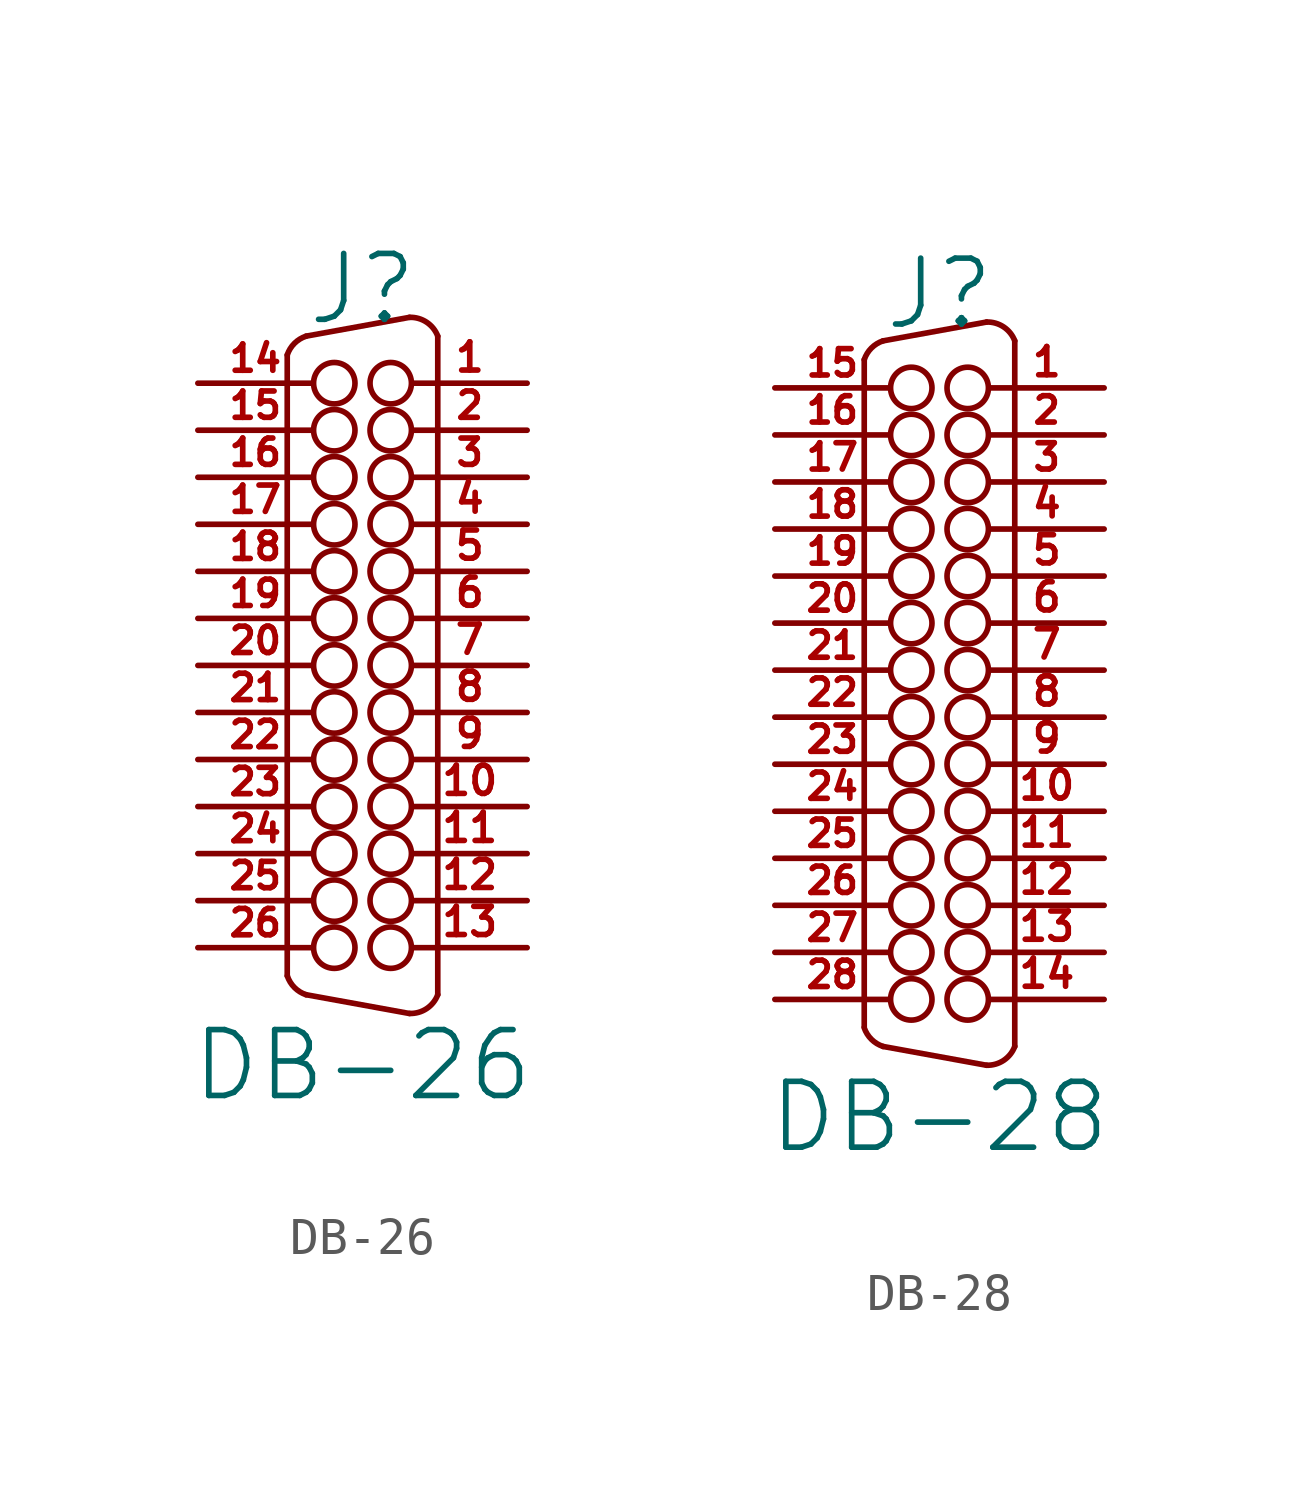
<source format=kicad_sym>
(kicad_symbol_lib
  (version 20220914)
  (generator kicad_symbol_editor)
  (symbol "DB-26"
    (pin_names
      (offset 1.016) hide)
    (property "Reference" "J"
      (at 0 10.16 0)
      (effects (font (size 1.778 1.778))))
    (property "Value" "DB-26"
      (at 0 -10.795 0)
      (effects (font (size 1.778 1.778))))
    (property "Footprint" ""
      (at 0 0 0)
      (effects (font (size 1.524 1.524))))
    (property "Datasheet" ""
      (at 0 0 0)
      (effects (font (size 1.524 1.524))))
    (symbol "DB-26_0_1"
      (arc (start -2.032 -8.382) (mid -1.838 -8.696) (end -1.524 -8.89) (stroke (width 0) (type solid)) (fill (type none)))
      (arc (start -1.524 8.89) (mid -1.838 8.696) (end -2.032 8.382) (stroke (width 0) (type solid)) (fill (type none)))
      (circle (center -0.762 -7.62) (radius 0.559) (stroke (width 0) (type solid)) (fill (type none)))
      (circle (center -0.762 -6.35) (radius 0.559) (stroke (width 0) (type solid)) (fill (type none)))
      (circle (center -0.762 -5.08) (radius 0.559) (stroke (width 0) (type solid)) (fill (type none)))
      (circle (center -0.762 -3.81) (radius 0.559) (stroke (width 0) (type solid)) (fill (type none)))
      (circle (center -0.762 -2.54) (radius 0.559) (stroke (width 0) (type solid)) (fill (type none)))
      (circle (center -0.762 -1.27) (radius 0.559) (stroke (width 0) (type solid)) (fill (type none)))
      (circle (center -0.762 0) (radius 0.559) (stroke (width 0) (type solid)) (fill (type none)))
      (circle (center -0.762 1.27) (radius 0.559) (stroke (width 0) (type solid)) (fill (type none)))
      (circle (center -0.762 2.54) (radius 0.559) (stroke (width 0) (type solid)) (fill (type none)))
      (circle (center -0.762 3.81) (radius 0.559) (stroke (width 0) (type solid)) (fill (type none)))
      (circle (center -0.762 5.08) (radius 0.559) (stroke (width 0) (type solid)) (fill (type none)))
      (circle (center -0.762 6.35) (radius 0.559) (stroke (width 0) (type solid)) (fill (type none)))
      (circle (center -0.762 7.62) (radius 0.559) (stroke (width 0) (type solid)) (fill (type none)))
      (polyline (pts (xy -2.032 -8.382) (xy -2.032 8.382)) (stroke (width 0) (type solid)) (fill (type none)))
      (polyline (pts (xy 2.032 8.89) (xy 2.032 -8.89)) (stroke (width 0) (type solid)) (fill (type none)))
      (polyline (pts (xy -1.524 -8.89) (xy 1.27 -9.398) (xy 1.27 -9.398)) (stroke (width 0) (type solid)) (fill (type none)))
      (polyline (pts (xy -1.524 8.89) (xy 1.27 9.398) (xy 1.27 9.398)) (stroke (width 0) (type solid)) (fill (type none)))
      (circle (center 0.762 -7.62) (radius 0.559) (stroke (width 0) (type solid)) (fill (type none)))
      (circle (center 0.762 -6.35) (radius 0.559) (stroke (width 0) (type solid)) (fill (type none)))
      (circle (center 0.762 -5.08) (radius 0.559) (stroke (width 0) (type solid)) (fill (type none)))
      (circle (center 0.762 -3.81) (radius 0.559) (stroke (width 0) (type solid)) (fill (type none)))
      (circle (center 0.762 -2.54) (radius 0.559) (stroke (width 0) (type solid)) (fill (type none)))
      (circle (center 0.762 -1.27) (radius 0.559) (stroke (width 0) (type solid)) (fill (type none)))
      (circle (center 0.762 0) (radius 0.559) (stroke (width 0) (type solid)) (fill (type none)))
      (circle (center 0.762 1.27) (radius 0.559) (stroke (width 0) (type solid)) (fill (type none)))
      (circle (center 0.762 2.54) (radius 0.559) (stroke (width 0) (type solid)) (fill (type none)))
      (circle (center 0.762 3.81) (radius 0.559) (stroke (width 0) (type solid)) (fill (type none)))
      (circle (center 0.762 5.08) (radius 0.559) (stroke (width 0) (type solid)) (fill (type none)))
      (circle (center 0.762 6.35) (radius 0.559) (stroke (width 0) (type solid)) (fill (type none)))
      (circle (center 0.762 7.62) (radius 0.559) (stroke (width 0) (type solid)) (fill (type none)))
      (arc (start 1.27 -9.398) (mid 1.7324 -9.2661) (end 2.032 -8.89) (stroke (width 0) (type solid)) (fill (type none)))
      (arc (start 2.032 8.89) (mid 1.7324 9.2661) (end 1.27 9.398) (stroke (width 0) (type solid)) (fill (type none))))
    (symbol "DB-26_1_1"
      (pin passive line (at 4.445 7.62 180) (length 3.099) (name "~" (effects (font (size 0.762 0.762)))) (number "1" (effects (font (size 0.762 0.762)))))
      (pin passive line (at 4.445 -3.81 180) (length 3.099) (name "~" (effects (font (size 0.762 0.762)))) (number "10" (effects (font (size 0.762 0.762)))))
      (pin passive line (at 4.445 -5.08 180) (length 3.099) (name "~" (effects (font (size 0.762 0.762)))) (number "11" (effects (font (size 0.762 0.762)))))
      (pin passive line (at 4.445 -6.35 180) (length 3.099) (name "~" (effects (font (size 0.762 0.762)))) (number "12" (effects (font (size 0.762 0.762)))))
      (pin passive line (at 4.445 -7.62 180) (length 3.099) (name "~" (effects (font (size 0.762 0.762)))) (number "13" (effects (font (size 0.762 0.762)))))
      (pin passive line (at -4.445 7.62 0) (length 3.099) (name "~" (effects (font (size 0.711 0.711)))) (number "14" (effects (font (size 0.711 0.711)))))
      (pin passive line (at -4.445 6.35 0) (length 3.099) (name "~" (effects (font (size 0.711 0.711)))) (number "15" (effects (font (size 0.711 0.711)))))
      (pin passive line (at -4.445 5.08 0) (length 3.099) (name "~" (effects (font (size 0.711 0.711)))) (number "16" (effects (font (size 0.711 0.711)))))
      (pin passive line (at -4.445 3.81 0) (length 3.099) (name "~" (effects (font (size 0.711 0.711)))) (number "17" (effects (font (size 0.711 0.711)))))
      (pin passive line (at -4.445 2.54 0) (length 3.099) (name "~" (effects (font (size 0.711 0.711)))) (number "18" (effects (font (size 0.711 0.711)))))
      (pin passive line (at -4.445 1.27 0) (length 3.099) (name "~" (effects (font (size 0.711 0.711)))) (number "19" (effects (font (size 0.711 0.711)))))
      (pin passive line (at 4.445 6.35 180) (length 3.099) (name "~" (effects (font (size 0.711 0.711)))) (number "2" (effects (font (size 0.711 0.711)))))
      (pin passive line (at -4.445 0 0) (length 3.099) (name "~" (effects (font (size 0.711 0.711)))) (number "20" (effects (font (size 0.711 0.711)))))
      (pin passive line (at -4.445 -1.27 0) (length 3.099) (name "~" (effects (font (size 0.711 0.711)))) (number "21" (effects (font (size 0.711 0.711)))))
      (pin passive line (at -4.445 -2.54 0) (length 3.099) (name "~" (effects (font (size 0.711 0.711)))) (number "22" (effects (font (size 0.711 0.711)))))
      (pin passive line (at -4.445 -3.81 0) (length 3.099) (name "~" (effects (font (size 0.711 0.711)))) (number "23" (effects (font (size 0.711 0.711)))))
      (pin passive line (at -4.445 -5.08 0) (length 3.099) (name "~" (effects (font (size 0.711 0.711)))) (number "24" (effects (font (size 0.711 0.711)))))
      (pin passive line (at -4.445 -6.35 0) (length 3.099) (name "~" (effects (font (size 0.711 0.711)))) (number "25" (effects (font (size 0.711 0.711)))))
      (pin passive line (at -4.445 -7.62 0) (length 3.099) (name "~" (effects (font (size 0.711 0.711)))) (number "26" (effects (font (size 0.711 0.711)))))
      (pin passive line (at 4.445 5.08 180) (length 3.099) (name "~" (effects (font (size 0.711 0.711)))) (number "3" (effects (font (size 0.711 0.711)))))
      (pin passive line (at 4.445 3.81 180) (length 3.099) (name "~" (effects (font (size 0.762 0.762)))) (number "4" (effects (font (size 0.762 0.762)))))
      (pin passive line (at 4.445 2.54 180) (length 3.099) (name "~" (effects (font (size 0.762 0.762)))) (number "5" (effects (font (size 0.762 0.762)))))
      (pin passive line (at 4.445 1.27 180) (length 3.099) (name "~" (effects (font (size 0.762 0.762)))) (number "6" (effects (font (size 0.762 0.762)))))
      (pin passive line (at 4.445 0 180) (length 3.099) (name "~" (effects (font (size 0.762 0.762)))) (number "7" (effects (font (size 0.762 0.762)))))
      (pin passive line (at 4.445 -1.27 180) (length 3.099) (name "~" (effects (font (size 0.762 0.762)))) (number "8" (effects (font (size 0.762 0.762)))))
      (pin passive line (at 4.445 -2.54 180) (length 3.099) (name "~" (effects (font (size 0.762 0.762)))) (number "9" (effects (font (size 0.762 0.762)))))))
  (symbol "DB-28"
    (pin_names
      (offset 1.016) hide)
    (property "Reference" "J"
      (at 0 10.795 0)
      (effects (font (size 1.778 1.778))))
    (property "Value" "DB-28"
      (at 0 -11.43 0)
      (effects (font (size 1.778 1.778))))
    (property "Footprint" ""
      (at 0 0 0)
      (effects (font (size 1.524 1.524))))
    (property "Datasheet" ""
      (at 0 0 0)
      (effects (font (size 1.524 1.524))))
    (symbol "DB-28_0_1"
      (arc (start -2.032 -9.017) (mid -1.838 -9.331) (end -1.524 -9.525) (stroke (width 0) (type solid)) (fill (type none)))
      (arc (start -1.524 9.525) (mid -1.838 9.331) (end -2.032 9.017) (stroke (width 0) (type solid)) (fill (type none)))
      (circle (center -0.762 -8.255) (radius 0.559) (stroke (width 0) (type solid)) (fill (type none)))
      (circle (center -0.762 -6.985) (radius 0.559) (stroke (width 0) (type solid)) (fill (type none)))
      (circle (center -0.762 -5.715) (radius 0.559) (stroke (width 0) (type solid)) (fill (type none)))
      (circle (center -0.762 -4.445) (radius 0.559) (stroke (width 0) (type solid)) (fill (type none)))
      (circle (center -0.762 -3.175) (radius 0.559) (stroke (width 0) (type solid)) (fill (type none)))
      (circle (center -0.762 -1.905) (radius 0.559) (stroke (width 0) (type solid)) (fill (type none)))
      (circle (center -0.762 -0.635) (radius 0.559) (stroke (width 0) (type solid)) (fill (type none)))
      (circle (center -0.762 0.635) (radius 0.559) (stroke (width 0) (type solid)) (fill (type none)))
      (circle (center -0.762 1.905) (radius 0.559) (stroke (width 0) (type solid)) (fill (type none)))
      (circle (center -0.762 3.175) (radius 0.559) (stroke (width 0) (type solid)) (fill (type none)))
      (circle (center -0.762 4.445) (radius 0.559) (stroke (width 0) (type solid)) (fill (type none)))
      (circle (center -0.762 5.715) (radius 0.559) (stroke (width 0) (type solid)) (fill (type none)))
      (circle (center -0.762 6.985) (radius 0.559) (stroke (width 0) (type solid)) (fill (type none)))
      (circle (center -0.762 8.255) (radius 0.559) (stroke (width 0) (type solid)) (fill (type none)))
      (polyline (pts (xy -2.032 9.017) (xy -2.032 -8.992)) (stroke (width 0) (type solid)) (fill (type none)))
      (polyline (pts (xy 2.032 -9.525) (xy 2.032 9.525)) (stroke (width 0) (type solid)) (fill (type none)))
      (polyline (pts (xy -1.524 -9.525) (xy 1.27 -10.033) (xy 1.27 -10.033)) (stroke (width 0) (type solid)) (fill (type none)))
      (polyline (pts (xy -1.524 9.525) (xy 1.27 10.033) (xy 1.27 10.033)) (stroke (width 0) (type solid)) (fill (type none)))
      (circle (center 0.762 -8.255) (radius 0.559) (stroke (width 0) (type solid)) (fill (type none)))
      (circle (center 0.762 -6.985) (radius 0.559) (stroke (width 0) (type solid)) (fill (type none)))
      (circle (center 0.762 -5.715) (radius 0.559) (stroke (width 0) (type solid)) (fill (type none)))
      (circle (center 0.762 -4.445) (radius 0.559) (stroke (width 0) (type solid)) (fill (type none)))
      (circle (center 0.762 -3.175) (radius 0.559) (stroke (width 0) (type solid)) (fill (type none)))
      (circle (center 0.762 -1.905) (radius 0.559) (stroke (width 0) (type solid)) (fill (type none)))
      (circle (center 0.762 -0.635) (radius 0.559) (stroke (width 0) (type solid)) (fill (type none)))
      (circle (center 0.762 0.635) (radius 0.559) (stroke (width 0) (type solid)) (fill (type none)))
      (circle (center 0.762 1.905) (radius 0.559) (stroke (width 0) (type solid)) (fill (type none)))
      (circle (center 0.762 3.175) (radius 0.559) (stroke (width 0) (type solid)) (fill (type none)))
      (circle (center 0.762 4.445) (radius 0.559) (stroke (width 0) (type solid)) (fill (type none)))
      (circle (center 0.762 5.715) (radius 0.559) (stroke (width 0) (type solid)) (fill (type none)))
      (circle (center 0.762 6.985) (radius 0.559) (stroke (width 0) (type solid)) (fill (type none)))
      (circle (center 0.762 8.255) (radius 0.559) (stroke (width 0) (type solid)) (fill (type none)))
      (arc (start 1.27 -10.033) (mid 1.7324 -9.9011) (end 2.032 -9.525) (stroke (width 0) (type solid)) (fill (type none)))
      (arc (start 2.032 9.525) (mid 1.7324 9.9011) (end 1.27 10.033) (stroke (width 0) (type solid)) (fill (type none))))
    (symbol "DB-28_1_1"
      (pin passive line (at 4.445 8.255 180) (length 3.099) (name "~" (effects (font (size 0.762 0.762)))) (number "1" (effects (font (size 0.762 0.762)))))
      (pin passive line (at 4.445 -3.175 180) (length 3.099) (name "~" (effects (font (size 0.762 0.762)))) (number "10" (effects (font (size 0.762 0.762)))))
      (pin passive line (at 4.445 -4.445 180) (length 3.099) (name "~" (effects (font (size 0.762 0.762)))) (number "11" (effects (font (size 0.762 0.762)))))
      (pin passive line (at 4.445 -5.715 180) (length 3.099) (name "~" (effects (font (size 0.762 0.762)))) (number "12" (effects (font (size 0.762 0.762)))))
      (pin passive line (at 4.445 -6.985 180) (length 3.099) (name "~" (effects (font (size 0.762 0.762)))) (number "13" (effects (font (size 0.762 0.762)))))
      (pin passive line (at 4.445 -8.255 180) (length 3.099) (name "~" (effects (font (size 0.762 0.762)))) (number "14" (effects (font (size 0.762 0.762)))))
      (pin passive line (at -4.445 8.255 0) (length 3.099) (name "~" (effects (font (size 0.711 0.711)))) (number "15" (effects (font (size 0.711 0.711)))))
      (pin passive line (at -4.445 6.985 0) (length 3.099) (name "~" (effects (font (size 0.711 0.711)))) (number "16" (effects (font (size 0.711 0.711)))))
      (pin passive line (at -4.445 5.715 0) (length 3.099) (name "~" (effects (font (size 0.711 0.711)))) (number "17" (effects (font (size 0.711 0.711)))))
      (pin passive line (at -4.445 4.445 0) (length 3.099) (name "~" (effects (font (size 0.711 0.711)))) (number "18" (effects (font (size 0.711 0.711)))))
      (pin passive line (at -4.445 3.175 0) (length 3.099) (name "~" (effects (font (size 0.711 0.711)))) (number "19" (effects (font (size 0.711 0.711)))))
      (pin passive line (at 4.445 6.985 180) (length 3.099) (name "~" (effects (font (size 0.711 0.711)))) (number "2" (effects (font (size 0.711 0.711)))))
      (pin passive line (at -4.445 1.905 0) (length 3.099) (name "~" (effects (font (size 0.711 0.711)))) (number "20" (effects (font (size 0.711 0.711)))))
      (pin passive line (at -4.445 0.635 0) (length 3.099) (name "~" (effects (font (size 0.711 0.711)))) (number "21" (effects (font (size 0.711 0.711)))))
      (pin passive line (at -4.445 -0.635 0) (length 3.099) (name "~" (effects (font (size 0.711 0.711)))) (number "22" (effects (font (size 0.711 0.711)))))
      (pin passive line (at -4.445 -1.905 0) (length 3.099) (name "~" (effects (font (size 0.711 0.711)))) (number "23" (effects (font (size 0.711 0.711)))))
      (pin passive line (at -4.445 -3.175 0) (length 3.099) (name "~" (effects (font (size 0.711 0.711)))) (number "24" (effects (font (size 0.711 0.711)))))
      (pin passive line (at -4.445 -4.445 0) (length 3.099) (name "~" (effects (font (size 0.711 0.711)))) (number "25" (effects (font (size 0.711 0.711)))))
      (pin passive line (at -4.445 -5.715 0) (length 3.099) (name "~" (effects (font (size 0.711 0.711)))) (number "26" (effects (font (size 0.711 0.711)))))
      (pin passive line (at -4.445 -6.985 0) (length 3.099) (name "~" (effects (font (size 0.711 0.711)))) (number "27" (effects (font (size 0.711 0.711)))))
      (pin passive line (at -4.445 -8.255 0) (length 3.099) (name "~" (effects (font (size 0.711 0.711)))) (number "28" (effects (font (size 0.711 0.711)))))
      (pin passive line (at 4.445 5.715 180) (length 3.099) (name "~" (effects (font (size 0.711 0.711)))) (number "3" (effects (font (size 0.711 0.711)))))
      (pin passive line (at 4.445 4.445 180) (length 3.099) (name "~" (effects (font (size 0.762 0.762)))) (number "4" (effects (font (size 0.762 0.762)))))
      (pin passive line (at 4.445 3.175 180) (length 3.099) (name "~" (effects (font (size 0.762 0.762)))) (number "5" (effects (font (size 0.762 0.762)))))
      (pin passive line (at 4.445 1.905 180) (length 3.099) (name "~" (effects (font (size 0.762 0.762)))) (number "6" (effects (font (size 0.762 0.762)))))
      (pin passive line (at 4.445 0.635 180) (length 3.099) (name "~" (effects (font (size 0.762 0.762)))) (number "7" (effects (font (size 0.762 0.762)))))
      (pin passive line (at 4.445 -0.635 180) (length 3.099) (name "~" (effects (font (size 0.762 0.762)))) (number "8" (effects (font (size 0.762 0.762)))))
      (pin passive line (at 4.445 -1.905 180) (length 3.099) (name "~" (effects (font (size 0.762 0.762)))) (number "9" (effects (font (size 0.762 0.762))))))))
</source>
